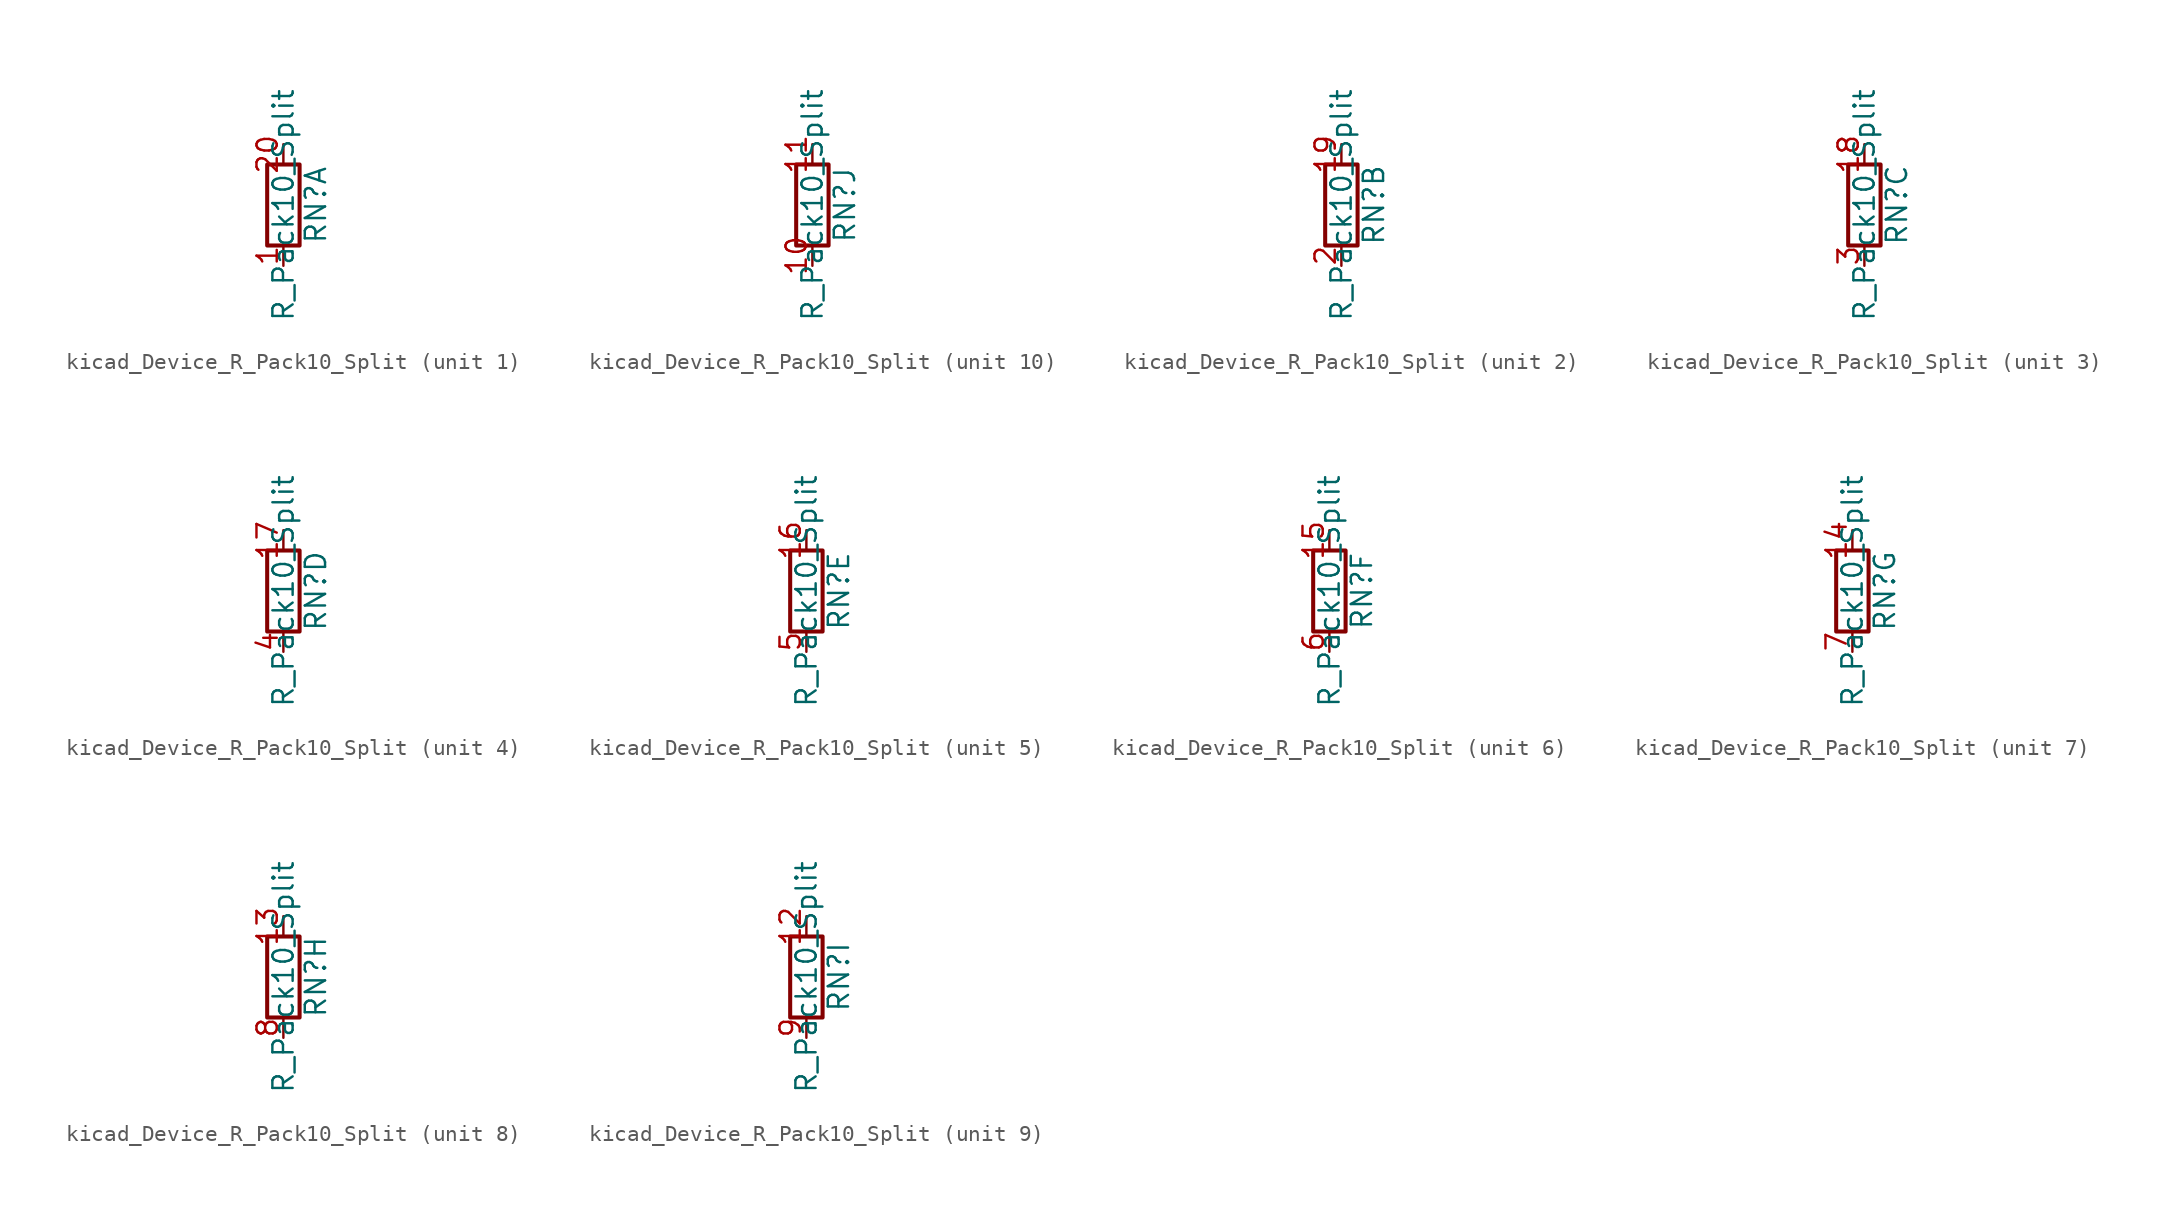
<source format=kicad_sym>
(kicad_symbol_lib
  (version 20220914)
  (generator kicad_symbol_editor)
  (symbol "kicad_Device_R_Pack10_Split"
    (pin_names
      (offset 0) hide)
    (property "Reference" "RN"
      (at 2.032 0 90)
      (effects (font (size 1.27 1.27))))
    (property "Value" "R_Pack10_Split"
      (at 0 0 90)
      (effects (font (size 1.27 1.27))))
    (symbol "kicad_Device_R_Pack10_Split_0_1"
      (rectangle (start 1.016 2.54) (end -1.016 -2.54) (stroke (width 0.254) (type default)) (fill (type none))))
    (symbol "kicad_Device_R_Pack10_Split_1_1"
      (pin passive line (at 0 -3.81 90) (length 1.27) (name "R1.1" (effects (font (size 1.27 1.27)))) (number "1" (effects (font (size 1.27 1.27)))))
      (pin passive line (at 0 3.81 270) (length 1.27) (name "R1.2" (effects (font (size 1.27 1.27)))) (number "20" (effects (font (size 1.27 1.27))))))
    (symbol "kicad_Device_R_Pack10_Split_2_1"
      (pin passive line (at 0 3.81 270) (length 1.27) (name "R2.2" (effects (font (size 1.27 1.27)))) (number "19" (effects (font (size 1.27 1.27)))))
      (pin passive line (at 0 -3.81 90) (length 1.27) (name "R2.1" (effects (font (size 1.27 1.27)))) (number "2" (effects (font (size 1.27 1.27))))))
    (symbol "kicad_Device_R_Pack10_Split_3_1"
      (pin passive line (at 0 3.81 270) (length 1.27) (name "R3.2" (effects (font (size 1.27 1.27)))) (number "18" (effects (font (size 1.27 1.27)))))
      (pin passive line (at 0 -3.81 90) (length 1.27) (name "R3.1" (effects (font (size 1.27 1.27)))) (number "3" (effects (font (size 1.27 1.27))))))
    (symbol "kicad_Device_R_Pack10_Split_4_1"
      (pin passive line (at 0 3.81 270) (length 1.27) (name "R4.2" (effects (font (size 1.27 1.27)))) (number "17" (effects (font (size 1.27 1.27)))))
      (pin passive line (at 0 -3.81 90) (length 1.27) (name "R4.1" (effects (font (size 1.27 1.27)))) (number "4" (effects (font (size 1.27 1.27))))))
    (symbol "kicad_Device_R_Pack10_Split_5_1"
      (pin passive line (at 0 3.81 270) (length 1.27) (name "R5.2" (effects (font (size 1.27 1.27)))) (number "16" (effects (font (size 1.27 1.27)))))
      (pin passive line (at 0 -3.81 90) (length 1.27) (name "R5.1" (effects (font (size 1.27 1.27)))) (number "5" (effects (font (size 1.27 1.27))))))
    (symbol "kicad_Device_R_Pack10_Split_6_1"
      (pin passive line (at 0 3.81 270) (length 1.27) (name "R6.2" (effects (font (size 1.27 1.27)))) (number "15" (effects (font (size 1.27 1.27)))))
      (pin passive line (at 0 -3.81 90) (length 1.27) (name "R6.1" (effects (font (size 1.27 1.27)))) (number "6" (effects (font (size 1.27 1.27))))))
    (symbol "kicad_Device_R_Pack10_Split_7_1"
      (pin passive line (at 0 3.81 270) (length 1.27) (name "R7.2" (effects (font (size 1.27 1.27)))) (number "14" (effects (font (size 1.27 1.27)))))
      (pin passive line (at 0 -3.81 90) (length 1.27) (name "R7.1" (effects (font (size 1.27 1.27)))) (number "7" (effects (font (size 1.27 1.27))))))
    (symbol "kicad_Device_R_Pack10_Split_8_1"
      (pin passive line (at 0 3.81 270) (length 1.27) (name "R8.2" (effects (font (size 1.27 1.27)))) (number "13" (effects (font (size 1.27 1.27)))))
      (pin passive line (at 0 -3.81 90) (length 1.27) (name "R8.1" (effects (font (size 1.27 1.27)))) (number "8" (effects (font (size 1.27 1.27))))))
    (symbol "kicad_Device_R_Pack10_Split_9_1"
      (pin passive line (at 0 3.81 270) (length 1.27) (name "R9.2" (effects (font (size 1.27 1.27)))) (number "12" (effects (font (size 1.27 1.27)))))
      (pin passive line (at 0 -3.81 90) (length 1.27) (name "R9.1" (effects (font (size 1.27 1.27)))) (number "9" (effects (font (size 1.27 1.27))))))
    (symbol "kicad_Device_R_Pack10_Split_10_1"
      (pin passive line (at 0 -3.81 90) (length 1.27) (name "R10.1" (effects (font (size 1.27 1.27)))) (number "10" (effects (font (size 1.27 1.27)))))
      (pin passive line (at 0 3.81 270) (length 1.27) (name "R10.2" (effects (font (size 1.27 1.27)))) (number "11" (effects (font (size 1.27 1.27))))))))
</source>
